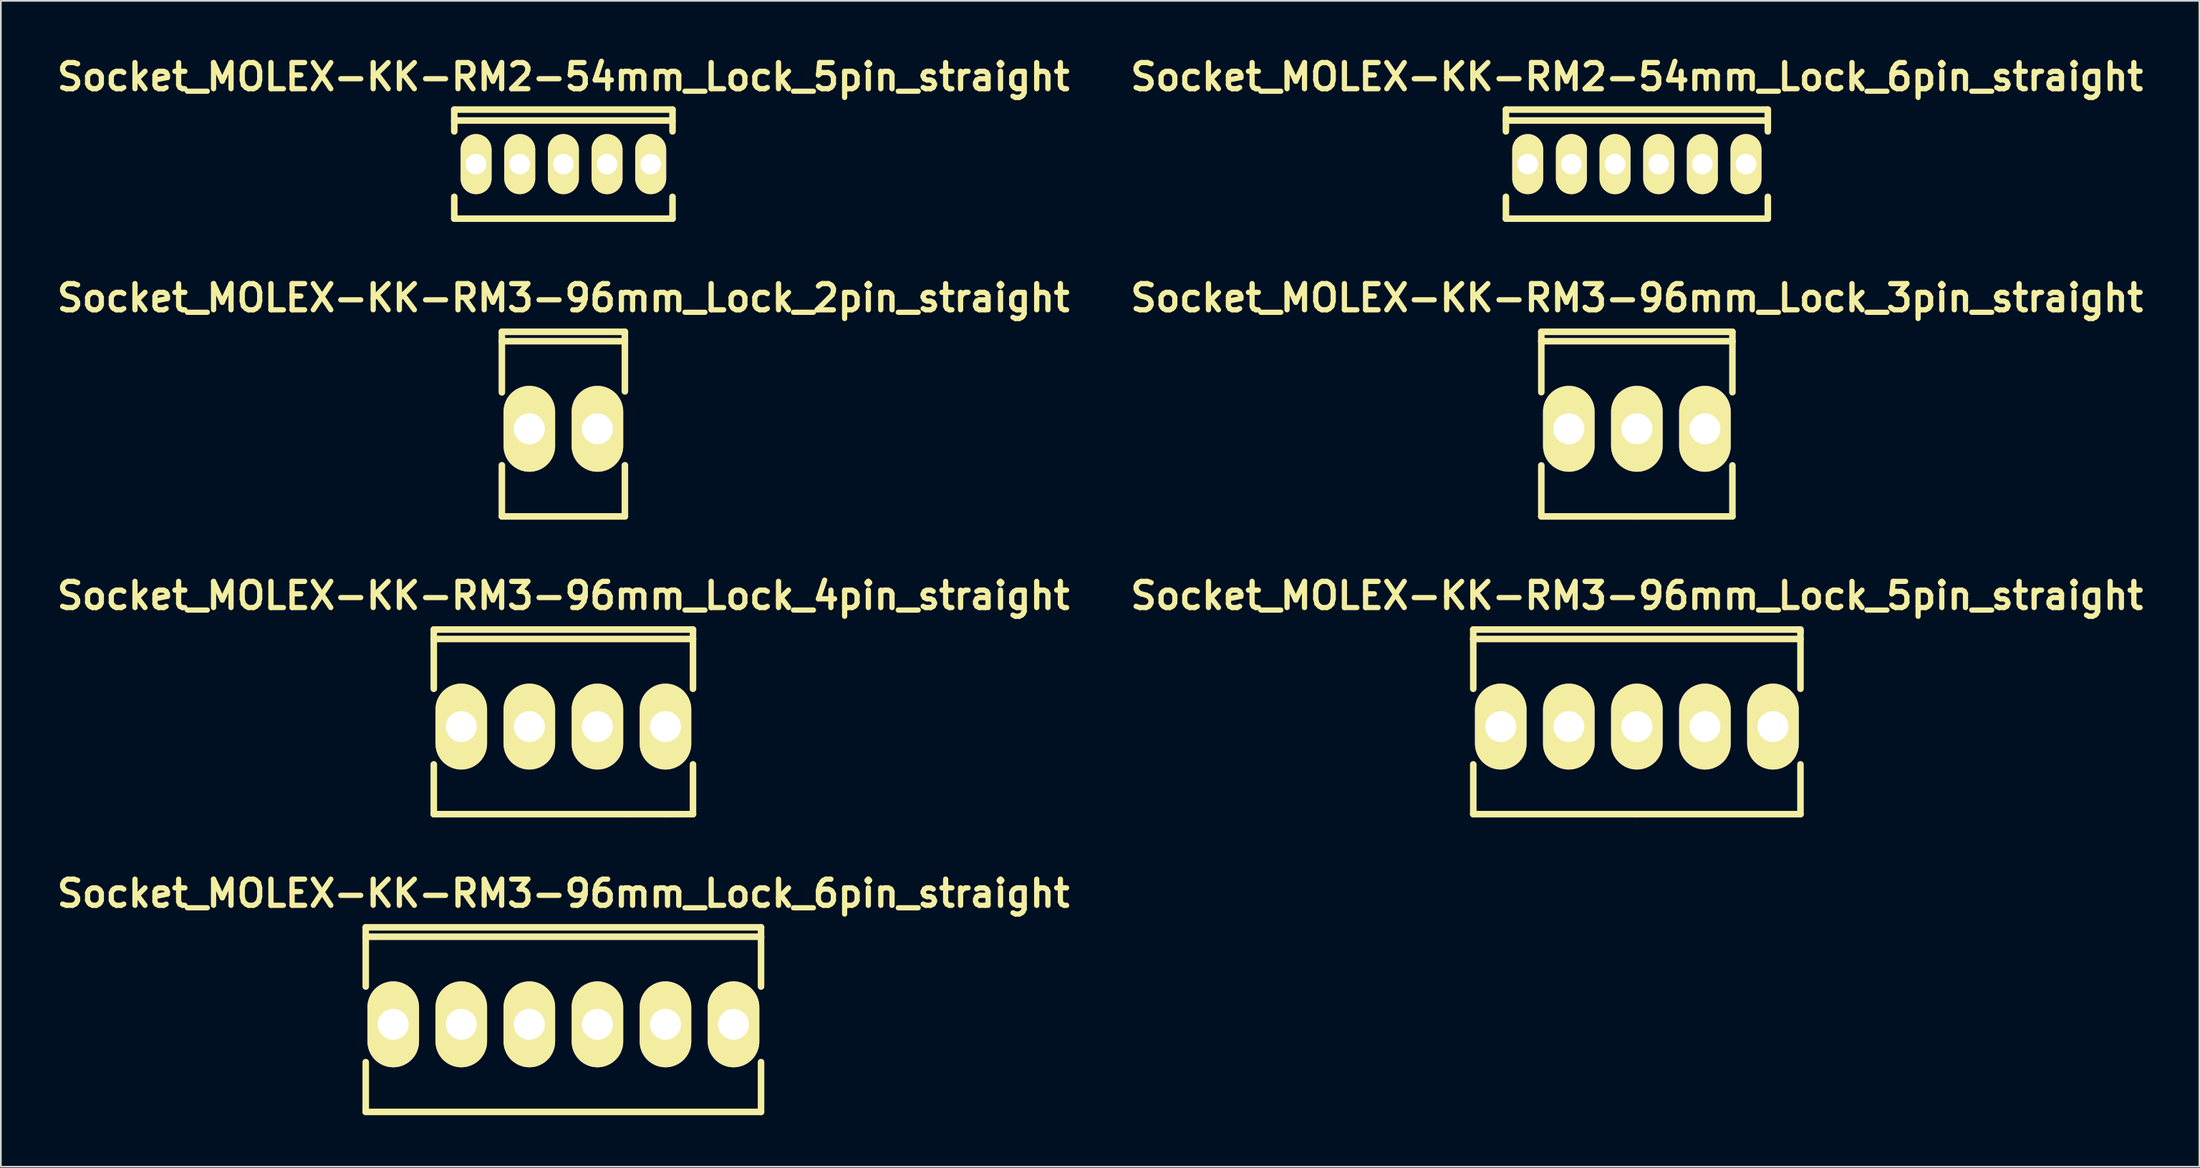
<source format=kicad_pcb>
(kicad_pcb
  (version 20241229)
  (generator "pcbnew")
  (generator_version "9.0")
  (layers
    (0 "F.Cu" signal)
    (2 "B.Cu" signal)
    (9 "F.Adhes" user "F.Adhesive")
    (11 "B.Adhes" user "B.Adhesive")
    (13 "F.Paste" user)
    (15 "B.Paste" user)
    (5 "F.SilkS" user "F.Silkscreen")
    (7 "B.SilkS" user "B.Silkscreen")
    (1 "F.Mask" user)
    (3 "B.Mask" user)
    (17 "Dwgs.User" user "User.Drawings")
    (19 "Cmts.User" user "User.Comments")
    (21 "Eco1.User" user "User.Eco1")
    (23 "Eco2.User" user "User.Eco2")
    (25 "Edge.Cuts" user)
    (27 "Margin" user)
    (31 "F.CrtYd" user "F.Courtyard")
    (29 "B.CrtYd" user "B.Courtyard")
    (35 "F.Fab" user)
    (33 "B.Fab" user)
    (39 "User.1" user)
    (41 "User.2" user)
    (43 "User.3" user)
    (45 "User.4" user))
  (footprint "Socket_MOLEX-KK-RM2-54mm_Lock_6pin_straight"
    (layer "F.Cu")
    (at 92.198 6.506)
    (property "Reference" "Socket_MOLEX-KK-RM2-54mm_Lock_6pin_straight" (at 0 -5.08 0) (layer "F.SilkS") (effects (font (size 1.524 1.524) (thickness 0.305))))
    (attr through_hole)
    (fp_line (start -7.62 -3.175) (end 7.62 -3.175) (stroke (width 0.381) (type solid)) (layer "F.SilkS"))
    (fp_line (start -7.62 -1.905) (end -7.62 -3.175) (stroke (width 0.381) (type solid)) (layer "F.SilkS"))
    (fp_line (start -7.62 3.175) (end -7.62 1.905) (stroke (width 0.381) (type solid)) (layer "F.SilkS"))
    (fp_line (start 7.62 -3.175) (end 7.62 -1.905) (stroke (width 0.381) (type solid)) (layer "F.SilkS"))
    (fp_line (start 7.62 -2.54) (end -7.62 -2.54) (stroke (width 0.381) (type solid)) (layer "F.SilkS"))
    (fp_line (start 7.62 3.175) (end -7.62 3.175) (stroke (width 0.381) (type solid)) (layer "F.SilkS"))
    (fp_line (start 7.62 3.175) (end 7.62 1.905) (stroke (width 0.381) (type solid)) (layer "F.SilkS"))
    (pad "1" thru_hole oval (at -6.35 0) (size 1.801 3.5) (drill 1.199) (layers "*.Cu" "*.Mask" "F.SilkS"))
    (pad "2" thru_hole oval (at -3.81 0) (size 1.801 3.5) (drill 1.199) (layers "*.Cu" "*.Mask" "F.SilkS"))
    (pad "3" thru_hole oval (at -1.27 0) (size 1.801 3.5) (drill 1.199) (layers "*.Cu" "*.Mask" "F.SilkS"))
    (pad "4" thru_hole oval (at 1.27 0) (size 1.801 3.5) (drill 1.199) (layers "*.Cu" "*.Mask" "F.SilkS"))
    (pad "5" thru_hole oval (at 3.81 0) (size 1.801 3.5) (drill 1.199) (layers "*.Cu" "*.Mask" "F.SilkS"))
    (pad "6" thru_hole oval (at 6.35 0) (size 1.801 3.5) (drill 1.199) (layers "*.Cu" "*.Mask" "F.SilkS")))
  (footprint "Socket_MOLEX-KK-RM3-96mm_Lock_5pin_straight"
    (layer "F.Cu")
    (at 92.198 39.256)
    (property "Reference" "Socket_MOLEX-KK-RM3-96mm_Lock_5pin_straight" (at 0 -7.62 0) (layer "F.SilkS") (effects (font (size 1.524 1.524) (thickness 0.305))))
    (attr through_hole)
    (fp_line (start -9.52 -5.649) (end -9.52 -5.1) (stroke (width 0.381) (type solid)) (layer "F.SilkS"))
    (fp_line (start -9.52 -5.1) (end -9.52 -2.2) (stroke (width 0.381) (type solid)) (layer "F.SilkS"))
    (fp_line (start -9.52 2.2) (end -9.52 5.1) (stroke (width 0.381) (type solid)) (layer "F.SilkS"))
    (fp_line (start -9.52 5.1) (end 0 5.1) (stroke (width 0.381) (type solid)) (layer "F.SilkS"))
    (fp_line (start 0 5.1) (end 9.52 5.1) (stroke (width 0.381) (type solid)) (layer "F.SilkS"))
    (fp_line (start 9.52 -5.649) (end -9.52 -5.649) (stroke (width 0.381) (type solid)) (layer "F.SilkS"))
    (fp_line (start 9.52 -5.499) (end 9.52 -5.649) (stroke (width 0.381) (type solid)) (layer "F.SilkS"))
    (fp_line (start 9.52 -5.1) (end -9.52 -5.1) (stroke (width 0.381) (type solid)) (layer "F.SilkS"))
    (fp_line (start 9.52 -5.1) (end 9.52 -5.499) (stroke (width 0.381) (type solid)) (layer "F.SilkS"))
    (fp_line (start 9.52 -2.2) (end 9.52 -5.1) (stroke (width 0.381) (type solid)) (layer "F.SilkS"))
    (fp_line (start 9.52 5.1) (end 9.52 2.2) (stroke (width 0.381) (type solid)) (layer "F.SilkS"))
    (pad "1" thru_hole oval (at -7.92 0) (size 3 5.001) (drill 1.801) (layers "*.Cu" "*.Mask" "F.SilkS"))
    (pad "2" thru_hole oval (at -3.96 0) (size 3 5.001) (drill 1.801) (layers "*.Cu" "*.Mask" "F.SilkS"))
    (pad "3" thru_hole oval (at 0 0) (size 3 5.001) (drill 1.801) (layers "*.Cu" "*.Mask" "F.SilkS"))
    (pad "4" thru_hole oval (at 3.96 0) (size 3 5.001) (drill 1.801) (layers "*.Cu" "*.Mask" "F.SilkS"))
    (pad "5" thru_hole oval (at 7.92 0) (size 3 5.001) (drill 1.801) (layers "*.Cu" "*.Mask" "F.SilkS")))
  (footprint "Socket_MOLEX-KK-RM2-54mm_Lock_5pin_straight"
    (layer "F.Cu")
    (at 29.733 6.506)
    (property "Reference" "Socket_MOLEX-KK-RM2-54mm_Lock_5pin_straight" (at 0 -5.08 0) (layer "F.SilkS") (effects (font (size 1.524 1.524) (thickness 0.305))))
    (attr through_hole)
    (fp_line (start -6.35 -3.175) (end 6.35 -3.175) (stroke (width 0.381) (type solid)) (layer "F.SilkS"))
    (fp_line (start -6.35 -1.905) (end -6.35 -3.175) (stroke (width 0.381) (type solid)) (layer "F.SilkS"))
    (fp_line (start -6.35 3.175) (end -6.35 1.905) (stroke (width 0.381) (type solid)) (layer "F.SilkS"))
    (fp_line (start 6.35 -2.54) (end -6.35 -2.54) (stroke (width 0.381) (type solid)) (layer "F.SilkS"))
    (fp_line (start 6.35 -1.905) (end 6.35 -3.175) (stroke (width 0.381) (type solid)) (layer "F.SilkS"))
    (fp_line (start 6.35 3.175) (end -6.35 3.175) (stroke (width 0.381) (type solid)) (layer "F.SilkS"))
    (fp_line (start 6.35 3.175) (end 6.35 1.905) (stroke (width 0.381) (type solid)) (layer "F.SilkS"))
    (pad "1" thru_hole oval (at -5.08 0) (size 1.801 3.5) (drill 1.199) (layers "*.Cu" "*.Mask" "F.SilkS"))
    (pad "2" thru_hole oval (at -2.54 0) (size 1.801 3.5) (drill 1.199) (layers "*.Cu" "*.Mask" "F.SilkS"))
    (pad "3" thru_hole oval (at 0 0) (size 1.801 3.5) (drill 1.199) (layers "*.Cu" "*.Mask" "F.SilkS"))
    (pad "4" thru_hole oval (at 2.54 0) (size 1.801 3.5) (drill 1.199) (layers "*.Cu" "*.Mask" "F.SilkS"))
    (pad "5" thru_hole oval (at 5.08 0) (size 1.801 3.5) (drill 1.199) (layers "*.Cu" "*.Mask" "F.SilkS")))
  (footprint "Socket_MOLEX-KK-RM3-96mm_Lock_2pin_straight"
    (layer "F.Cu")
    (at 29.733 21.918)
    (property "Reference" "Socket_MOLEX-KK-RM3-96mm_Lock_2pin_straight" (at 0 -7.62 0) (layer "F.SilkS") (effects (font (size 1.524 1.524) (thickness 0.305))))
    (attr through_hole)
    (fp_line (start -3.579 -5.649) (end -3.579 -5.1) (stroke (width 0.381) (type solid)) (layer "F.SilkS"))
    (fp_line (start -3.579 -5.1) (end -3.579 -2.121) (stroke (width 0.381) (type solid)) (layer "F.SilkS"))
    (fp_line (start -3.579 2.121) (end -3.579 5.1) (stroke (width 0.381) (type solid)) (layer "F.SilkS"))
    (fp_line (start -3.579 5.1) (end 3.579 5.1) (stroke (width 0.381) (type solid)) (layer "F.SilkS"))
    (fp_line (start 3.579 -5.649) (end -3.579 -5.649) (stroke (width 0.381) (type solid)) (layer "F.SilkS"))
    (fp_line (start 3.579 -5.1) (end -3.579 -5.1) (stroke (width 0.381) (type solid)) (layer "F.SilkS"))
    (fp_line (start 3.579 -5.1) (end 3.579 -5.649) (stroke (width 0.381) (type solid)) (layer "F.SilkS"))
    (fp_line (start 3.579 -2.179) (end 3.579 -5.1) (stroke (width 0.381) (type solid)) (layer "F.SilkS"))
    (fp_line (start 3.579 5.1) (end 3.579 2.121) (stroke (width 0.381) (type solid)) (layer "F.SilkS"))
    (pad "1" thru_hole oval (at -1.981 0) (size 3 5.001) (drill 1.801) (layers "*.Cu" "*.Mask" "F.SilkS"))
    (pad "2" thru_hole oval (at 1.981 0) (size 3 5.001) (drill 1.801) (layers "*.Cu" "*.Mask" "F.SilkS")))
  (footprint "Socket_MOLEX-KK-RM3-96mm_Lock_6pin_straight"
    (layer "F.Cu")
    (at 29.733 56.593)
    (property "Reference" "Socket_MOLEX-KK-RM3-96mm_Lock_6pin_straight" (at 0 -7.62 0) (layer "F.SilkS") (effects (font (size 1.524 1.524) (thickness 0.305))))
    (attr through_hole)
    (fp_line (start -11.501 -5.649) (end -11.501 -5.1) (stroke (width 0.381) (type solid)) (layer "F.SilkS"))
    (fp_line (start -11.501 -5.1) (end -11.501 -2.2) (stroke (width 0.381) (type solid)) (layer "F.SilkS"))
    (fp_line (start -11.501 2.2) (end -11.501 5.1) (stroke (width 0.381) (type solid)) (layer "F.SilkS"))
    (fp_line (start -11.501 5.1) (end 11.501 5.1) (stroke (width 0.381) (type solid)) (layer "F.SilkS"))
    (fp_line (start 11.501 -5.649) (end -11.501 -5.649) (stroke (width 0.381) (type solid)) (layer "F.SilkS"))
    (fp_line (start 11.501 -5.1) (end -11.501 -5.1) (stroke (width 0.381) (type solid)) (layer "F.SilkS"))
    (fp_line (start 11.501 -5.1) (end 11.501 -5.649) (stroke (width 0.381) (type solid)) (layer "F.SilkS"))
    (fp_line (start 11.501 -2.2) (end 11.501 -5.1) (stroke (width 0.381) (type solid)) (layer "F.SilkS"))
    (fp_line (start 11.501 5.1) (end 11.501 2.2) (stroke (width 0.381) (type solid)) (layer "F.SilkS"))
    (pad "1" thru_hole oval (at -9.901 0) (size 3 5.001) (drill 1.801) (layers "*.Cu" "*.Mask" "F.SilkS"))
    (pad "2" thru_hole oval (at -5.941 0) (size 3 5.001) (drill 1.801) (layers "*.Cu" "*.Mask" "F.SilkS"))
    (pad "3" thru_hole oval (at -1.981 0) (size 3 5.001) (drill 1.801) (layers "*.Cu" "*.Mask" "F.SilkS"))
    (pad "4" thru_hole oval (at 1.981 0) (size 3 5.001) (drill 1.801) (layers "*.Cu" "*.Mask" "F.SilkS"))
    (pad "5" thru_hole oval (at 5.941 0) (size 3 5.001) (drill 1.801) (layers "*.Cu" "*.Mask" "F.SilkS"))
    (pad "6" thru_hole oval (at 9.901 0) (size 3 5.001) (drill 1.801) (layers "*.Cu" "*.Mask" "F.SilkS")))
  (footprint "Socket_MOLEX-KK-RM3-96mm_Lock_4pin_straight"
    (layer "F.Cu")
    (at 29.733 39.256)
    (property "Reference" "Socket_MOLEX-KK-RM3-96mm_Lock_4pin_straight" (at 0 -7.62 0) (layer "F.SilkS") (effects (font (size 1.524 1.524) (thickness 0.305))))
    (attr through_hole)
    (fp_line (start -7.541 -5.649) (end -7.541 -5.1) (stroke (width 0.381) (type solid)) (layer "F.SilkS"))
    (fp_line (start -7.541 -5.1) (end -7.541 -2.2) (stroke (width 0.381) (type solid)) (layer "F.SilkS"))
    (fp_line (start -7.541 2.2) (end -7.541 5.1) (stroke (width 0.381) (type solid)) (layer "F.SilkS"))
    (fp_line (start -7.541 5.1) (end 3.561 5.1) (stroke (width 0.381) (type solid)) (layer "F.SilkS"))
    (fp_line (start 3.561 5.1) (end 5.941 5.1) (stroke (width 0.381) (type solid)) (layer "F.SilkS"))
    (fp_line (start 5.941 5.1) (end 7.541 5.1) (stroke (width 0.381) (type solid)) (layer "F.SilkS"))
    (fp_line (start 7.541 -5.649) (end -7.541 -5.649) (stroke (width 0.381) (type solid)) (layer "F.SilkS"))
    (fp_line (start 7.541 -5.1) (end -7.541 -5.1) (stroke (width 0.381) (type solid)) (layer "F.SilkS"))
    (fp_line (start 7.541 -5.1) (end 7.541 -5.649) (stroke (width 0.381) (type solid)) (layer "F.SilkS"))
    (fp_line (start 7.541 -2.2) (end 7.541 -5.1) (stroke (width 0.381) (type solid)) (layer "F.SilkS"))
    (fp_line (start 7.541 5.1) (end 7.541 2.2) (stroke (width 0.381) (type solid)) (layer "F.SilkS"))
    (pad "1" thru_hole oval (at -5.941 0) (size 3 5.001) (drill 1.801) (layers "*.Cu" "*.Mask" "F.SilkS"))
    (pad "2" thru_hole oval (at -1.981 0) (size 3 5.001) (drill 1.801) (layers "*.Cu" "*.Mask" "F.SilkS"))
    (pad "3" thru_hole oval (at 1.981 0) (size 3 5.001) (drill 1.801) (layers "*.Cu" "*.Mask" "F.SilkS"))
    (pad "4" thru_hole oval (at 5.941 0) (size 3 5.001) (drill 1.801) (layers "*.Cu" "*.Mask" "F.SilkS")))
  (footprint "Socket_MOLEX-KK-RM3-96mm_Lock_3pin_straight"
    (layer "F.Cu")
    (at 92.198 21.918)
    (property "Reference" "Socket_MOLEX-KK-RM3-96mm_Lock_3pin_straight" (at 0 -7.62 0) (layer "F.SilkS") (effects (font (size 1.524 1.524) (thickness 0.305))))
    (attr through_hole)
    (fp_line (start -5.56 -5.649) (end -5.56 -5.1) (stroke (width 0.381) (type solid)) (layer "F.SilkS"))
    (fp_line (start -5.56 -5.1) (end -5.56 -2.131) (stroke (width 0.381) (type solid)) (layer "F.SilkS"))
    (fp_line (start -5.56 2.131) (end -5.56 5.1) (stroke (width 0.381) (type solid)) (layer "F.SilkS"))
    (fp_line (start -5.56 5.1) (end 0 5.1) (stroke (width 0.381) (type solid)) (layer "F.SilkS"))
    (fp_line (start 0 5.1) (end 5.56 5.1) (stroke (width 0.381) (type solid)) (layer "F.SilkS"))
    (fp_line (start 5.56 -5.649) (end -5.56 -5.649) (stroke (width 0.381) (type solid)) (layer "F.SilkS"))
    (fp_line (start 5.56 -5.1) (end -5.56 -5.1) (stroke (width 0.381) (type solid)) (layer "F.SilkS"))
    (fp_line (start 5.56 -5.1) (end 5.56 -5.649) (stroke (width 0.381) (type solid)) (layer "F.SilkS"))
    (fp_line (start 5.56 -2.131) (end 5.56 -5.1) (stroke (width 0.381) (type solid)) (layer "F.SilkS"))
    (fp_line (start 5.56 5.1) (end 5.56 2.131) (stroke (width 0.381) (type solid)) (layer "F.SilkS"))
    (pad "1" thru_hole oval (at -3.96 0) (size 3 5.001) (drill 1.801) (layers "*.Cu" "*.Mask" "F.SilkS"))
    (pad "2" thru_hole oval (at 0 0) (size 3 5.001) (drill 1.801) (layers "*.Cu" "*.Mask" "F.SilkS"))
    (pad "3" thru_hole oval (at 3.96 0) (size 3 5.001) (drill 1.801) (layers "*.Cu" "*.Mask" "F.SilkS")))
  (gr_rect
    (start -3 -3)
    (end 124.93 64.884)
    (stroke (width 0.1) (type default))
    (fill no)
    (layer "Edge.Cuts")))
</source>
